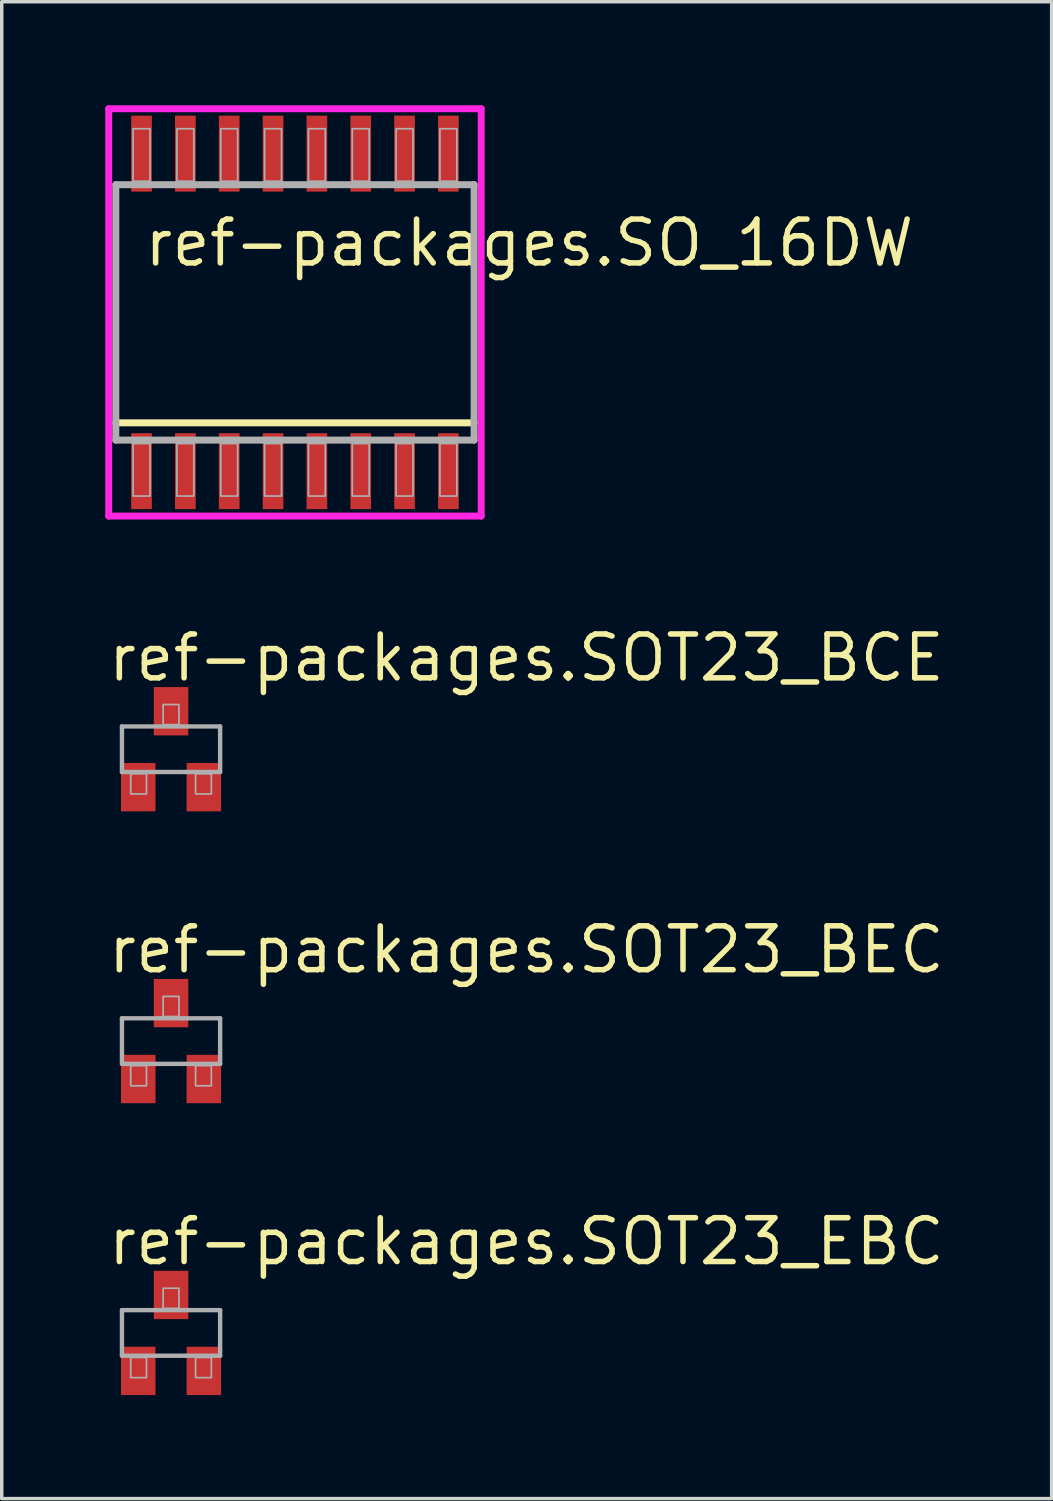
<source format=kicad_pcb>
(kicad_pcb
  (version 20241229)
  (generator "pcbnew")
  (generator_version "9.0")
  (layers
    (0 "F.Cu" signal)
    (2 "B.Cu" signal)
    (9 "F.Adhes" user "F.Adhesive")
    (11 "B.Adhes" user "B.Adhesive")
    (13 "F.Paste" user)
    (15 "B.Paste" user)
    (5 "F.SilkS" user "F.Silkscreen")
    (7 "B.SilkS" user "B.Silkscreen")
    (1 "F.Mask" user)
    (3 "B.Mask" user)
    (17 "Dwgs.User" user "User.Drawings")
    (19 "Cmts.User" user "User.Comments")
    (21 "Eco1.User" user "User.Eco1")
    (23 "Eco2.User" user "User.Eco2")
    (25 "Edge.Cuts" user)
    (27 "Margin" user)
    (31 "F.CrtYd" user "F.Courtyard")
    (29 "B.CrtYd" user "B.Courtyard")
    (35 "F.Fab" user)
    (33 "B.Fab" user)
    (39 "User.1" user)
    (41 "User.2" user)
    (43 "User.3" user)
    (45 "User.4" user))
  (footprint "ref-packages.SOT23_BEC"
    (layer "F.Cu")
    (at 1.905 27.11)
    (property "Reference" "ref-packages.SOT23_BEC" (at -1.905 -1.905 0) (layer "F.SilkS") (effects (font (size 1.27 1.27) (thickness 0.16)) (justify left bottom)))
    (attr smd)
    (fp_line (start -1.422 -0.66) (end 1.422 -0.66) (stroke (width 0.127) (type default)) (layer "F.Fab"))
    (fp_line (start -1.422 0.66) (end -1.422 -0.66) (stroke (width 0.127) (type default)) (layer "F.Fab"))
    (fp_line (start 1.422 -0.66) (end 1.422 0.66) (stroke (width 0.127) (type default)) (layer "F.Fab"))
    (fp_line (start 1.422 0.66) (end -1.422 0.66) (stroke (width 0.127) (type default)) (layer "F.Fab"))
    (fp_rect (start -1.168 1.295) (end -0.711 0.711) (stroke (width 0.05) (type default)) (fill no) (layer "F.Fab"))
    (fp_rect (start -0.229 -0.711) (end 0.229 -1.295) (stroke (width 0.05) (type default)) (fill no) (layer "F.Fab"))
    (fp_rect (start 0.711 1.295) (end 1.168 0.711) (stroke (width 0.05) (type default)) (fill no) (layer "F.Fab"))
    (pad "B" smd roundrect (at -0.95 1.1) (size 1 1.4) (layers "F.Cu" "F.Mask" "F.Paste") (roundrect_rratio 0.01))
    (pad "C" smd roundrect (at 0 -1.1) (size 1 1.4) (layers "F.Cu" "F.Mask" "F.Paste") (roundrect_rratio 0.01))
    (pad "E" smd roundrect (at 0.95 1.1) (size 1 1.4) (layers "F.Cu" "F.Mask" "F.Paste") (roundrect_rratio 0.01)))
  (footprint "ref-packages.SO_16DW"
    (layer "F.Cu")
    (at 5.495 6)
    (property "Reference" "ref-packages.SO_16DW" (at -4.445 -1.27 0) (layer "F.SilkS") (effects (font (size 1.27 1.27) (thickness 0.16)) (justify left bottom)))
    (attr smd)
    (fp_line (start 5.19 3.2) (end -5.19 3.2) (stroke (width 0.203) (type default)) (layer "F.SilkS"))
    (fp_line (start -5.395 -5.9) (end 5.395 -5.9) (stroke (width 0.2) (type default)) (layer "F.CrtYd"))
    (fp_line (start -5.395 5.9) (end -5.395 -5.9) (stroke (width 0.2) (type default)) (layer "F.CrtYd"))
    (fp_line (start 5.395 -5.9) (end 5.395 5.9) (stroke (width 0.2) (type default)) (layer "F.CrtYd"))
    (fp_line (start 5.395 5.9) (end -5.395 5.9) (stroke (width 0.2) (type default)) (layer "F.CrtYd"))
    (fp_line (start -5.19 -3.7) (end 5.19 -3.7) (stroke (width 0.203) (type default)) (layer "F.Fab"))
    (fp_line (start -5.19 3.7) (end -5.19 -3.7) (stroke (width 0.203) (type default)) (layer "F.Fab"))
    (fp_line (start 5.19 -3.7) (end 5.19 3.7) (stroke (width 0.203) (type default)) (layer "F.Fab"))
    (fp_line (start 5.19 3.7) (end -5.19 3.7) (stroke (width 0.203) (type default)) (layer "F.Fab"))
    (fp_rect (start -4.69 -3.8) (end -4.2 -5.32) (stroke (width 0.05) (type default)) (fill no) (layer "F.Fab"))
    (fp_rect (start -4.69 5.32) (end -4.2 3.8) (stroke (width 0.05) (type default)) (fill no) (layer "F.Fab"))
    (fp_rect (start -3.42 -3.8) (end -2.93 -5.32) (stroke (width 0.05) (type default)) (fill no) (layer "F.Fab"))
    (fp_rect (start -3.42 5.32) (end -2.93 3.8) (stroke (width 0.05) (type default)) (fill no) (layer "F.Fab"))
    (fp_rect (start -2.15 -3.8) (end -1.66 -5.32) (stroke (width 0.05) (type default)) (fill no) (layer "F.Fab"))
    (fp_rect (start -2.15 5.32) (end -1.66 3.8) (stroke (width 0.05) (type default)) (fill no) (layer "F.Fab"))
    (fp_rect (start -0.88 -3.8) (end -0.39 -5.32) (stroke (width 0.05) (type default)) (fill no) (layer "F.Fab"))
    (fp_rect (start -0.88 5.32) (end -0.39 3.8) (stroke (width 0.05) (type default)) (fill no) (layer "F.Fab"))
    (fp_rect (start 0.39 -3.8) (end 0.88 -5.32) (stroke (width 0.05) (type default)) (fill no) (layer "F.Fab"))
    (fp_rect (start 0.39 5.32) (end 0.88 3.8) (stroke (width 0.05) (type default)) (fill no) (layer "F.Fab"))
    (fp_rect (start 1.66 -3.8) (end 2.15 -5.32) (stroke (width 0.05) (type default)) (fill no) (layer "F.Fab"))
    (fp_rect (start 1.66 5.32) (end 2.15 3.8) (stroke (width 0.05) (type default)) (fill no) (layer "F.Fab"))
    (fp_rect (start 2.93 -3.8) (end 3.42 -5.32) (stroke (width 0.05) (type default)) (fill no) (layer "F.Fab"))
    (fp_rect (start 2.93 5.32) (end 3.42 3.8) (stroke (width 0.05) (type default)) (fill no) (layer "F.Fab"))
    (fp_rect (start 4.2 -3.8) (end 4.69 -5.32) (stroke (width 0.05) (type default)) (fill no) (layer "F.Fab"))
    (fp_rect (start 4.2 5.32) (end 4.69 3.8) (stroke (width 0.05) (type default)) (fill no) (layer "F.Fab"))
    (pad "1" smd roundrect (at -4.445 4.6) (size 0.6 2.2) (layers "F.Cu" "F.Mask" "F.Paste") (roundrect_rratio 0.01))
    (pad "2" smd roundrect (at -3.175 4.6) (size 0.6 2.2) (layers "F.Cu" "F.Mask" "F.Paste") (roundrect_rratio 0.01))
    (pad "3" smd roundrect (at -1.905 4.6) (size 0.6 2.2) (layers "F.Cu" "F.Mask" "F.Paste") (roundrect_rratio 0.01))
    (pad "4" smd roundrect (at -0.635 4.6) (size 0.6 2.2) (layers "F.Cu" "F.Mask" "F.Paste") (roundrect_rratio 0.01))
    (pad "5" smd roundrect (at 0.635 4.6) (size 0.6 2.2) (layers "F.Cu" "F.Mask" "F.Paste") (roundrect_rratio 0.01))
    (pad "6" smd roundrect (at 1.905 4.6) (size 0.6 2.2) (layers "F.Cu" "F.Mask" "F.Paste") (roundrect_rratio 0.01))
    (pad "7" smd roundrect (at 3.175 4.6) (size 0.6 2.2) (layers "F.Cu" "F.Mask" "F.Paste") (roundrect_rratio 0.01))
    (pad "8" smd roundrect (at 4.445 4.6) (size 0.6 2.2) (layers "F.Cu" "F.Mask" "F.Paste") (roundrect_rratio 0.01))
    (pad "9" smd roundrect (at 4.445 -4.6) (size 0.6 2.2) (layers "F.Cu" "F.Mask" "F.Paste") (roundrect_rratio 0.01))
    (pad "10" smd roundrect (at 3.175 -4.6) (size 0.6 2.2) (layers "F.Cu" "F.Mask" "F.Paste") (roundrect_rratio 0.01))
    (pad "11" smd roundrect (at 1.905 -4.6) (size 0.6 2.2) (layers "F.Cu" "F.Mask" "F.Paste") (roundrect_rratio 0.01))
    (pad "12" smd roundrect (at 0.635 -4.6) (size 0.6 2.2) (layers "F.Cu" "F.Mask" "F.Paste") (roundrect_rratio 0.01))
    (pad "13" smd roundrect (at -0.635 -4.6) (size 0.6 2.2) (layers "F.Cu" "F.Mask" "F.Paste") (roundrect_rratio 0.01))
    (pad "14" smd roundrect (at -1.905 -4.6) (size 0.6 2.2) (layers "F.Cu" "F.Mask" "F.Paste") (roundrect_rratio 0.01))
    (pad "15" smd roundrect (at -3.175 -4.6) (size 0.6 2.2) (layers "F.Cu" "F.Mask" "F.Paste") (roundrect_rratio 0.01))
    (pad "16" smd roundrect (at -4.445 -4.6) (size 0.6 2.2) (layers "F.Cu" "F.Mask" "F.Paste") (roundrect_rratio 0.01)))
  (footprint "ref-packages.SOT23_EBC"
    (layer "F.Cu")
    (at 1.905 35.565)
    (property "Reference" "ref-packages.SOT23_EBC" (at -1.905 -1.905 0) (layer "F.SilkS") (effects (font (size 1.27 1.27) (thickness 0.16)) (justify left bottom)))
    (attr smd)
    (fp_line (start -1.422 -0.66) (end 1.422 -0.66) (stroke (width 0.127) (type default)) (layer "F.Fab"))
    (fp_line (start -1.422 0.66) (end -1.422 -0.66) (stroke (width 0.127) (type default)) (layer "F.Fab"))
    (fp_line (start 1.422 -0.66) (end 1.422 0.66) (stroke (width 0.127) (type default)) (layer "F.Fab"))
    (fp_line (start 1.422 0.66) (end -1.422 0.66) (stroke (width 0.127) (type default)) (layer "F.Fab"))
    (fp_rect (start -1.168 1.295) (end -0.711 0.711) (stroke (width 0.05) (type default)) (fill no) (layer "F.Fab"))
    (fp_rect (start -0.229 -0.711) (end 0.229 -1.295) (stroke (width 0.05) (type default)) (fill no) (layer "F.Fab"))
    (fp_rect (start 0.711 1.295) (end 1.168 0.711) (stroke (width 0.05) (type default)) (fill no) (layer "F.Fab"))
    (pad "B" smd roundrect (at 0.95 1.1) (size 1 1.4) (layers "F.Cu" "F.Mask" "F.Paste") (roundrect_rratio 0.01))
    (pad "C" smd roundrect (at 0 -1.1) (size 1 1.4) (layers "F.Cu" "F.Mask" "F.Paste") (roundrect_rratio 0.01))
    (pad "E" smd roundrect (at -0.95 1.1) (size 1 1.4) (layers "F.Cu" "F.Mask" "F.Paste") (roundrect_rratio 0.01)))
  (footprint "ref-packages.SOT23_BCE"
    (layer "F.Cu")
    (at 1.905 18.655)
    (property "Reference" "ref-packages.SOT23_BCE" (at -1.905 -1.905 0) (layer "F.SilkS") (effects (font (size 1.27 1.27) (thickness 0.16)) (justify left bottom)))
    (attr smd)
    (fp_line (start -1.422 -0.66) (end 1.422 -0.66) (stroke (width 0.127) (type default)) (layer "F.Fab"))
    (fp_line (start -1.422 0.66) (end -1.422 -0.66) (stroke (width 0.127) (type default)) (layer "F.Fab"))
    (fp_line (start 1.422 -0.66) (end 1.422 0.66) (stroke (width 0.127) (type default)) (layer "F.Fab"))
    (fp_line (start 1.422 0.66) (end -1.422 0.66) (stroke (width 0.127) (type default)) (layer "F.Fab"))
    (fp_rect (start -1.168 1.295) (end -0.711 0.711) (stroke (width 0.05) (type default)) (fill no) (layer "F.Fab"))
    (fp_rect (start -0.229 -0.711) (end 0.229 -1.295) (stroke (width 0.05) (type default)) (fill no) (layer "F.Fab"))
    (fp_rect (start 0.711 1.295) (end 1.168 0.711) (stroke (width 0.05) (type default)) (fill no) (layer "F.Fab"))
    (pad "B" smd roundrect (at -0.95 1.1) (size 1 1.4) (layers "F.Cu" "F.Mask" "F.Paste") (roundrect_rratio 0.01))
    (pad "C" smd roundrect (at 0.95 1.1) (size 1 1.4) (layers "F.Cu" "F.Mask" "F.Paste") (roundrect_rratio 0.01))
    (pad "E" smd roundrect (at 0 -1.1) (size 1 1.4) (layers "F.Cu" "F.Mask" "F.Paste") (roundrect_rratio 0.01)))
  (gr_rect
    (start -3 -3)
    (end 27.416 40.365)
    (stroke (width 0.1) (type default))
    (fill no)
    (layer "Edge.Cuts")))
</source>
